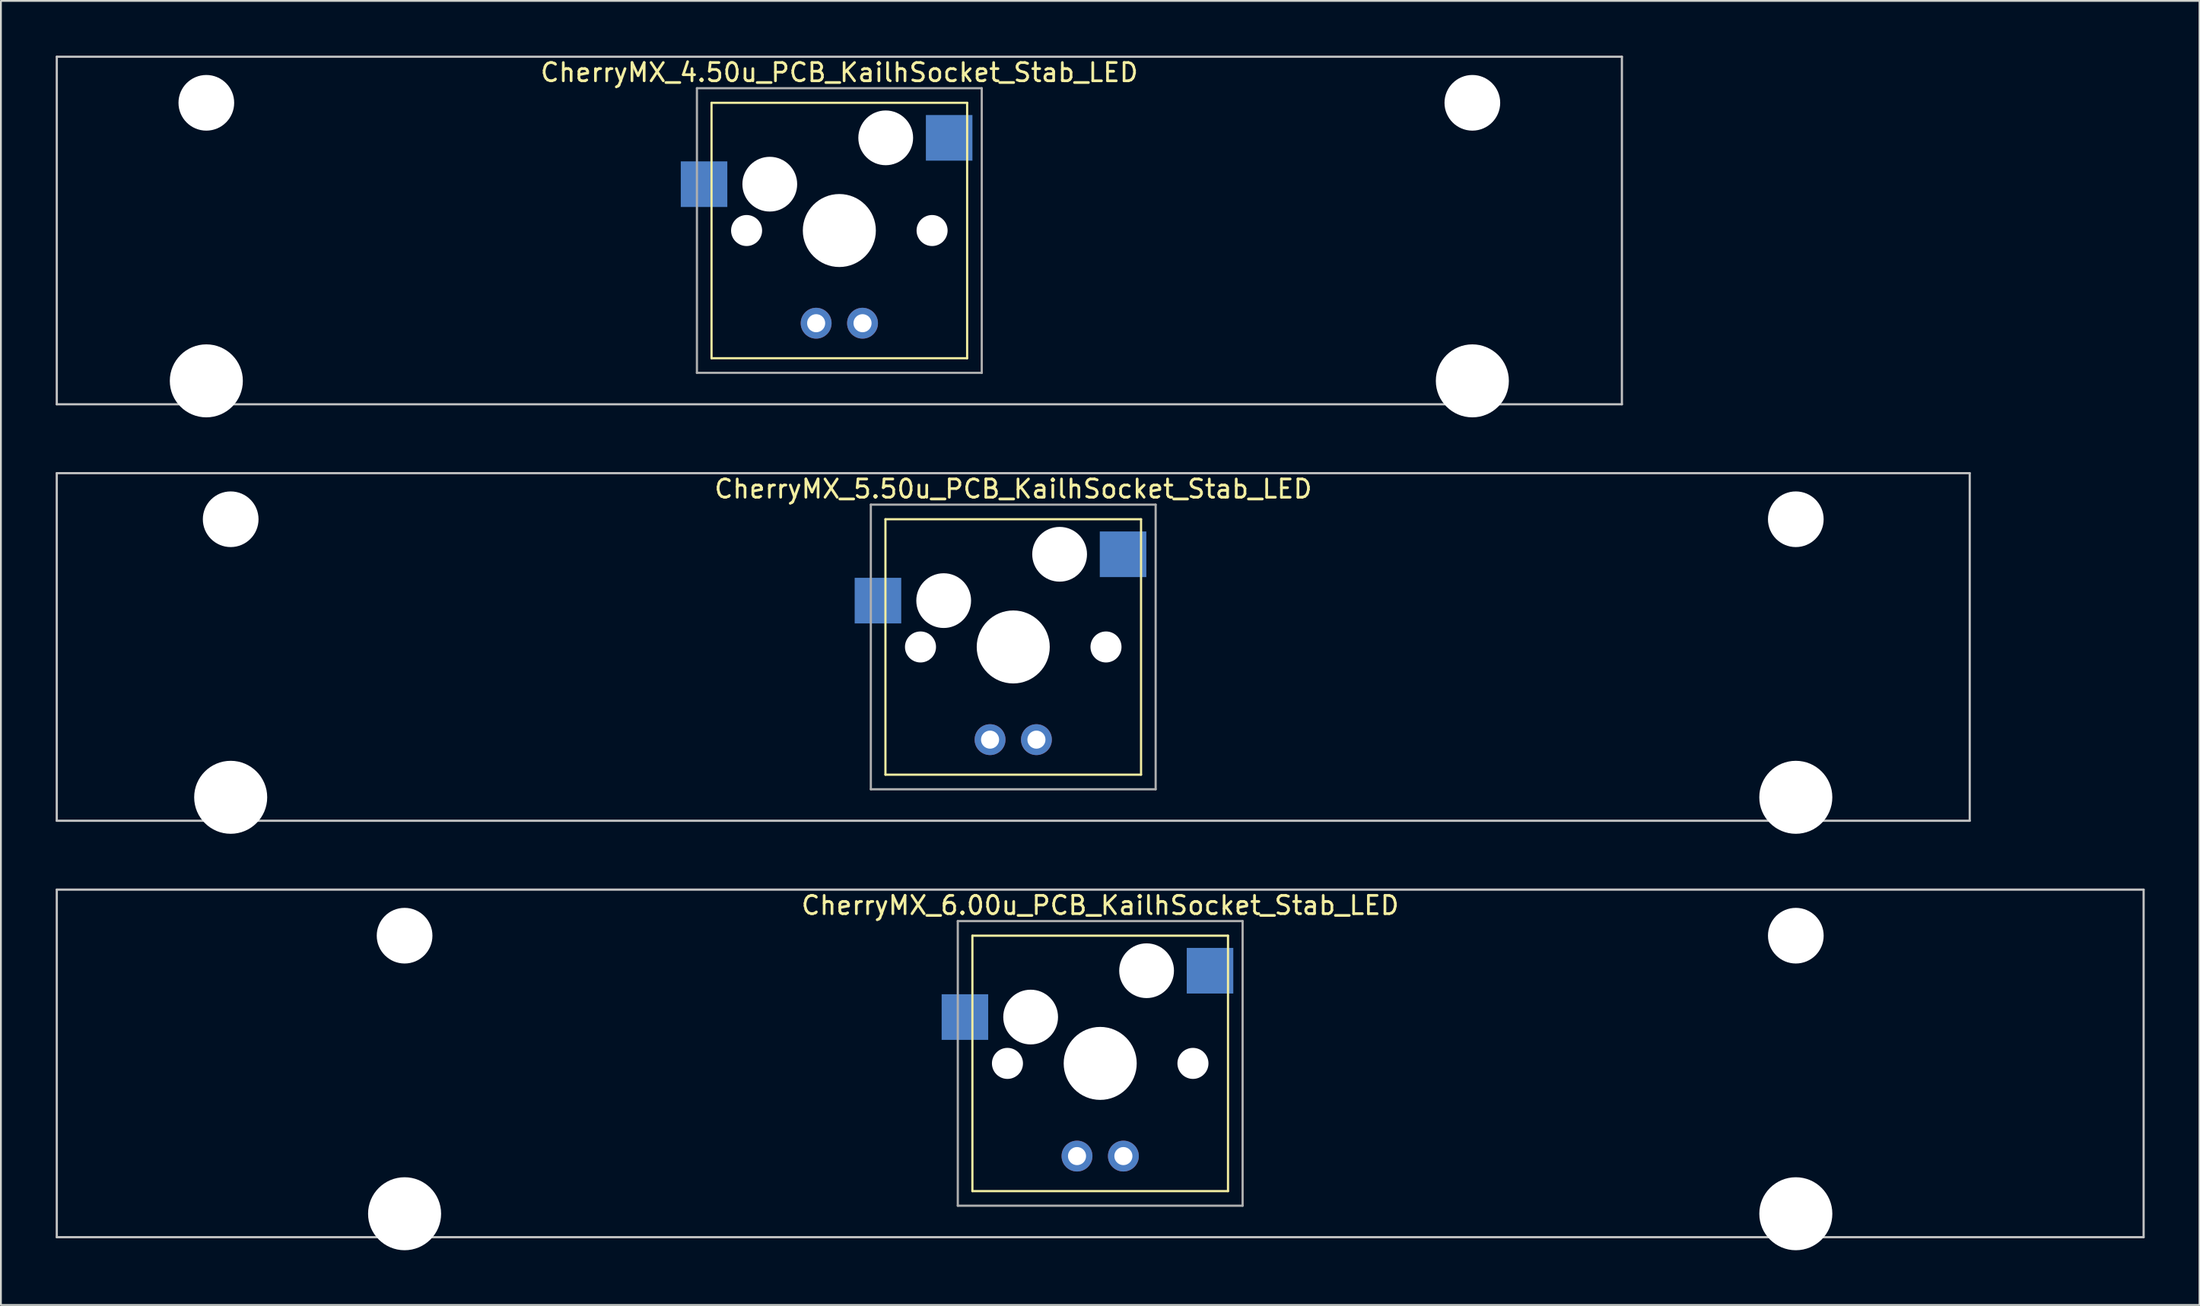
<source format=kicad_pcb>
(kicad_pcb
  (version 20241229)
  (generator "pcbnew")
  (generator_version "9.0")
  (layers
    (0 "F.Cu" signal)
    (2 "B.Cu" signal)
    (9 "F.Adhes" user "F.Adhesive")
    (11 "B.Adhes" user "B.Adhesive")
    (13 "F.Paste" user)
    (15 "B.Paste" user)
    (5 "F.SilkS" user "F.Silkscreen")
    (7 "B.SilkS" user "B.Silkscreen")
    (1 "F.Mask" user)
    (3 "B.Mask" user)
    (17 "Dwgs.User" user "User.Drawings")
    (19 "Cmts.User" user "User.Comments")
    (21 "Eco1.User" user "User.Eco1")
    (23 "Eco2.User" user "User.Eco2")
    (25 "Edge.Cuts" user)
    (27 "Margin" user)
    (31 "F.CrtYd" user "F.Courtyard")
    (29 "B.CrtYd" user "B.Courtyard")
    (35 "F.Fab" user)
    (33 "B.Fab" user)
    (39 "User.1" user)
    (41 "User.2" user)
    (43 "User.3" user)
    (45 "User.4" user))
  (footprint "CherryMX_6.00u_PCB_KailhSocket_Stab_LED"
    (layer "F.Cu")
    (at 57.21 55.235)
    (property "Reference" "CherryMX_6.00u_PCB_KailhSocket_Stab_LED" (at 0 -8.662 0) (layer "F.SilkS") (effects (font (size 1 1) (thickness 0.15))))
    (attr through_hole)
    (fp_line (start -7 -7) (end -7 7) (stroke (width 0.12) (type solid)) (layer "F.SilkS"))
    (fp_line (start -7 -7) (end 7 -7) (stroke (width 0.12) (type solid)) (layer "F.SilkS"))
    (fp_line (start 7 -7) (end 7 7) (stroke (width 0.12) (type solid)) (layer "F.SilkS"))
    (fp_line (start 7 7) (end -7 7) (stroke (width 0.12) (type solid)) (layer "F.SilkS"))
    (fp_line (start -57.15 -9.525) (end 57.15 -9.525) (stroke (width 0.12) (type solid)) (layer "Dwgs.User"))
    (fp_line (start -57.15 9.525) (end -57.15 -9.525) (stroke (width 0.12) (type solid)) (layer "Dwgs.User"))
    (fp_line (start 57.15 -9.525) (end 57.15 9.525) (stroke (width 0.12) (type solid)) (layer "Dwgs.User"))
    (fp_line (start 57.15 9.525) (end -57.15 9.525) (stroke (width 0.12) (type solid)) (layer "Dwgs.User"))
    (fp_line (start -7.8 -7.8) (end -7.8 7.8) (stroke (width 0.12) (type solid)) (layer "F.Fab"))
    (fp_line (start -7.8 -7.8) (end 7.8 -7.8) (stroke (width 0.12) (type solid)) (layer "F.Fab"))
    (fp_line (start -7.8 7.8) (end 7.8 7.8) (stroke (width 0.12) (type solid)) (layer "F.Fab"))
    (fp_line (start 7.8 -7.8) (end 7.8 7.8) (stroke (width 0.12) (type solid)) (layer "F.Fab"))
    (pad "" np_thru_hole circle (at -38.1 -7) (size 3.05 3.05) (drill 3.05) (layers "*.Cu" "*.Mask"))
    (pad "" np_thru_hole circle (at -38.1 8.24) (size 4 4) (drill 4) (layers "*.Cu" "*.Mask"))
    (pad "" np_thru_hole circle (at -5.08 0) (size 1.7 1.7) (drill 1.7) (layers "*.Cu" "*.Mask"))
    (pad "" np_thru_hole circle (at -3.81 -2.54) (size 3 3) (drill 3) (layers "*.Cu" "*.Mask"))
    (pad "" np_thru_hole circle (at 0 0) (size 4 4) (drill 4) (layers "*.Cu" "*.Mask"))
    (pad "" np_thru_hole circle (at 2.54 -5.08) (size 3 3) (drill 3) (layers "*.Cu" "*.Mask"))
    (pad "" np_thru_hole circle (at 5.08 0) (size 1.7 1.7) (drill 1.7) (layers "*.Cu" "*.Mask"))
    (pad "" np_thru_hole circle (at 38.1 -7) (size 3.05 3.05) (drill 3.05) (layers "*.Cu" "*.Mask"))
    (pad "" np_thru_hole circle (at 38.1 8.24) (size 4 4) (drill 4) (layers "*.Cu" "*.Mask"))
    (pad "1" smd rect (at -7.41 -2.54) (size 2.55 2.5) (layers "B.Cu" "B.Mask" "B.Paste"))
    (pad "2" smd rect (at 6.015 -5.08) (size 2.55 2.5) (layers "B.Cu" "B.Mask" "B.Paste"))
    (pad "3" thru_hole circle (at -1.27 5.08) (size 1.691 1.691) (drill 0.991) (layers "*.Cu" "*.Mask"))
    (pad "4" thru_hole circle (at 1.27 5.08) (size 1.691 1.691) (drill 0.991) (layers "*.Cu" "*.Mask")))
  (footprint "CherryMX_5.50u_PCB_KailhSocket_Stab_LED"
    (layer "F.Cu")
    (at 52.447 32.41)
    (property "Reference" "CherryMX_5.50u_PCB_KailhSocket_Stab_LED" (at 0 -8.662 0) (layer "F.SilkS") (effects (font (size 1 1) (thickness 0.15))))
    (attr through_hole)
    (fp_line (start -7 -7) (end -7 7) (stroke (width 0.12) (type solid)) (layer "F.SilkS"))
    (fp_line (start -7 -7) (end 7 -7) (stroke (width 0.12) (type solid)) (layer "F.SilkS"))
    (fp_line (start 7 -7) (end 7 7) (stroke (width 0.12) (type solid)) (layer "F.SilkS"))
    (fp_line (start 7 7) (end -7 7) (stroke (width 0.12) (type solid)) (layer "F.SilkS"))
    (fp_line (start -52.388 -9.525) (end 52.388 -9.525) (stroke (width 0.12) (type solid)) (layer "Dwgs.User"))
    (fp_line (start -52.388 9.525) (end -52.388 -9.525) (stroke (width 0.12) (type solid)) (layer "Dwgs.User"))
    (fp_line (start 52.388 -9.525) (end 52.388 9.525) (stroke (width 0.12) (type solid)) (layer "Dwgs.User"))
    (fp_line (start 52.388 9.525) (end -52.388 9.525) (stroke (width 0.12) (type solid)) (layer "Dwgs.User"))
    (fp_line (start -7.8 -7.8) (end -7.8 7.8) (stroke (width 0.12) (type solid)) (layer "F.Fab"))
    (fp_line (start -7.8 -7.8) (end 7.8 -7.8) (stroke (width 0.12) (type solid)) (layer "F.Fab"))
    (fp_line (start -7.8 7.8) (end 7.8 7.8) (stroke (width 0.12) (type solid)) (layer "F.Fab"))
    (fp_line (start 7.8 -7.8) (end 7.8 7.8) (stroke (width 0.12) (type solid)) (layer "F.Fab"))
    (pad "" np_thru_hole circle (at -42.862 -7) (size 3.05 3.05) (drill 3.05) (layers "*.Cu" "*.Mask"))
    (pad "" np_thru_hole circle (at -42.862 8.24) (size 4 4) (drill 4) (layers "*.Cu" "*.Mask"))
    (pad "" np_thru_hole circle (at -5.08 0) (size 1.7 1.7) (drill 1.7) (layers "*.Cu" "*.Mask"))
    (pad "" np_thru_hole circle (at -3.81 -2.54) (size 3 3) (drill 3) (layers "*.Cu" "*.Mask"))
    (pad "" np_thru_hole circle (at 0 0) (size 4 4) (drill 4) (layers "*.Cu" "*.Mask"))
    (pad "" np_thru_hole circle (at 2.54 -5.08) (size 3 3) (drill 3) (layers "*.Cu" "*.Mask"))
    (pad "" np_thru_hole circle (at 5.08 0) (size 1.7 1.7) (drill 1.7) (layers "*.Cu" "*.Mask"))
    (pad "" np_thru_hole circle (at 42.862 -7) (size 3.05 3.05) (drill 3.05) (layers "*.Cu" "*.Mask"))
    (pad "" np_thru_hole circle (at 42.862 8.24) (size 4 4) (drill 4) (layers "*.Cu" "*.Mask"))
    (pad "1" smd rect (at -7.41 -2.54) (size 2.55 2.5) (layers "B.Cu" "B.Mask" "B.Paste"))
    (pad "2" smd rect (at 6.015 -5.08) (size 2.55 2.5) (layers "B.Cu" "B.Mask" "B.Paste"))
    (pad "3" thru_hole circle (at -1.27 5.08) (size 1.691 1.691) (drill 0.991) (layers "*.Cu" "*.Mask"))
    (pad "4" thru_hole circle (at 1.27 5.08) (size 1.691 1.691) (drill 0.991) (layers "*.Cu" "*.Mask")))
  (footprint "CherryMX_4.50u_PCB_KailhSocket_Stab_LED"
    (layer "F.Cu")
    (at 42.922 9.585)
    (property "Reference" "CherryMX_4.50u_PCB_KailhSocket_Stab_LED" (at 0 -8.662 0) (layer "F.SilkS") (effects (font (size 1 1) (thickness 0.15))))
    (attr through_hole)
    (fp_line (start -7 -7) (end -7 7) (stroke (width 0.12) (type solid)) (layer "F.SilkS"))
    (fp_line (start -7 -7) (end 7 -7) (stroke (width 0.12) (type solid)) (layer "F.SilkS"))
    (fp_line (start 7 -7) (end 7 7) (stroke (width 0.12) (type solid)) (layer "F.SilkS"))
    (fp_line (start 7 7) (end -7 7) (stroke (width 0.12) (type solid)) (layer "F.SilkS"))
    (fp_line (start -42.862 -9.525) (end 42.862 -9.525) (stroke (width 0.12) (type solid)) (layer "Dwgs.User"))
    (fp_line (start -42.862 9.525) (end -42.862 -9.525) (stroke (width 0.12) (type solid)) (layer "Dwgs.User"))
    (fp_line (start 42.862 -9.525) (end 42.862 9.525) (stroke (width 0.12) (type solid)) (layer "Dwgs.User"))
    (fp_line (start 42.862 9.525) (end -42.862 9.525) (stroke (width 0.12) (type solid)) (layer "Dwgs.User"))
    (fp_line (start -7.8 -7.8) (end -7.8 7.8) (stroke (width 0.12) (type solid)) (layer "F.Fab"))
    (fp_line (start -7.8 -7.8) (end 7.8 -7.8) (stroke (width 0.12) (type solid)) (layer "F.Fab"))
    (fp_line (start -7.8 7.8) (end 7.8 7.8) (stroke (width 0.12) (type solid)) (layer "F.Fab"))
    (fp_line (start 7.8 -7.8) (end 7.8 7.8) (stroke (width 0.12) (type solid)) (layer "F.Fab"))
    (pad "" np_thru_hole circle (at -34.671 -7) (size 3.05 3.05) (drill 3.05) (layers "*.Cu" "*.Mask"))
    (pad "" np_thru_hole circle (at -34.671 8.24) (size 4 4) (drill 4) (layers "*.Cu" "*.Mask"))
    (pad "" np_thru_hole circle (at -5.08 0) (size 1.7 1.7) (drill 1.7) (layers "*.Cu" "*.Mask"))
    (pad "" np_thru_hole circle (at -3.81 -2.54) (size 3 3) (drill 3) (layers "*.Cu" "*.Mask"))
    (pad "" np_thru_hole circle (at 0 0) (size 4 4) (drill 4) (layers "*.Cu" "*.Mask"))
    (pad "" np_thru_hole circle (at 2.54 -5.08) (size 3 3) (drill 3) (layers "*.Cu" "*.Mask"))
    (pad "" np_thru_hole circle (at 5.08 0) (size 1.7 1.7) (drill 1.7) (layers "*.Cu" "*.Mask"))
    (pad "" np_thru_hole circle (at 34.671 -7) (size 3.05 3.05) (drill 3.05) (layers "*.Cu" "*.Mask"))
    (pad "" np_thru_hole circle (at 34.671 8.24) (size 4 4) (drill 4) (layers "*.Cu" "*.Mask"))
    (pad "1" smd rect (at -7.41 -2.54) (size 2.55 2.5) (layers "B.Cu" "B.Mask" "B.Paste"))
    (pad "2" smd rect (at 6.015 -5.08) (size 2.55 2.5) (layers "B.Cu" "B.Mask" "B.Paste"))
    (pad "3" thru_hole circle (at -1.27 5.08) (size 1.691 1.691) (drill 0.991) (layers "*.Cu" "*.Mask"))
    (pad "4" thru_hole circle (at 1.27 5.08) (size 1.691 1.691) (drill 0.991) (layers "*.Cu" "*.Mask")))
  (gr_rect
    (start -3 -3)
    (end 117.42 68.475)
    (stroke (width 0.1) (type default))
    (fill no)
    (layer "Edge.Cuts")))
</source>
